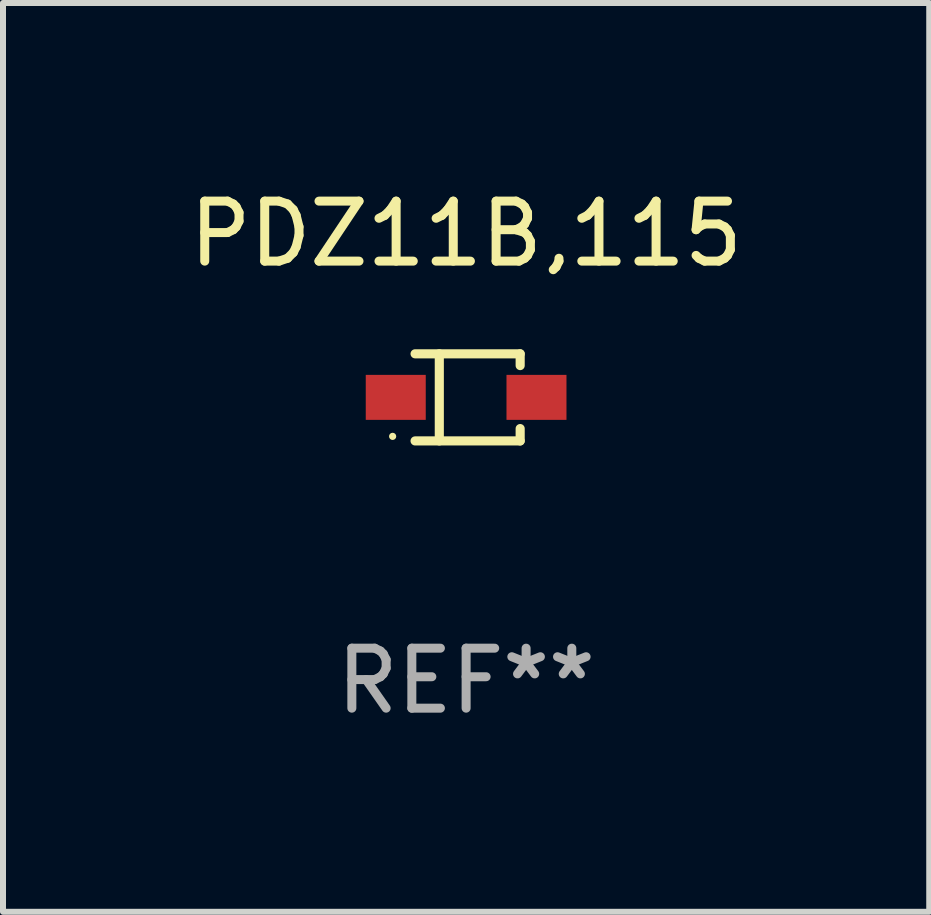
<source format=kicad_pcb>
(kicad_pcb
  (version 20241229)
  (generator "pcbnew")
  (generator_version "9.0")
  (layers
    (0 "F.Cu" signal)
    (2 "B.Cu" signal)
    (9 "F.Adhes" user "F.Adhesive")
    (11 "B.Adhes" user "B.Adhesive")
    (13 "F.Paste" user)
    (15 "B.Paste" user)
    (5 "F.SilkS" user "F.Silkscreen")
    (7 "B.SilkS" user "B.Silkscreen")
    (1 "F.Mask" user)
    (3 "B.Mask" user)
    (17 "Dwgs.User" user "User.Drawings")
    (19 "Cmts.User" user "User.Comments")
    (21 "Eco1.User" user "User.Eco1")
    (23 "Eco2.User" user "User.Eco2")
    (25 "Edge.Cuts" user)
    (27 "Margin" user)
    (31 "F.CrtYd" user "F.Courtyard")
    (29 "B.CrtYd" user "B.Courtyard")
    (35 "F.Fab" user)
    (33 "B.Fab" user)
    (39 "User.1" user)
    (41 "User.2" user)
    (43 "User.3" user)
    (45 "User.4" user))
  (footprint "PDZ11B,115"
    (layer "F.Cu")
    (at 4.72 3.574)
    (property "Reference" "PDZ11B,115" (at 0 -2.726 0) (layer "F.SilkS") (effects (font (size 1 1) (thickness 0.15))))
    (attr through_hole)
    (fp_line (start -0.851 -0.726) (end 0.901 -0.726) (stroke (width 0.152) (type solid)) (layer "F.SilkS"))
    (fp_line (start -0.851 0.726) (end 0.901 0.726) (stroke (width 0.152) (type solid)) (layer "F.SilkS"))
    (fp_line (start -0.447 -0.726) (end -0.447 0.726) (stroke (width 0.152) (type solid)) (layer "F.SilkS"))
    (fp_line (start 0.901 -0.726) (end 0.901 -0.53) (stroke (width 0.152) (type solid)) (layer "F.SilkS"))
    (fp_line (start 0.901 0.726) (end 0.901 0.52) (stroke (width 0.152) (type solid)) (layer "F.SilkS"))
    (fp_circle (center -1.225 0.65) (end -1.195 0.65) (stroke (width 0.06) (type solid)) (fill no) (layer "F.SilkS"))
    (fp_text user "REF**" (at 0 4.726 0) (layer "F.Fab") (effects (font (size 1 1) (thickness 0.15))))
    (pad "1" smd rect (at -1.173 0) (size 1 0.75) (layers "F.Cu" "F.Mask" "F.Paste"))
    (pad "2" smd rect (at 1.173 0) (size 1 0.75) (layers "F.Cu" "F.Mask" "F.Paste")))
  (gr_rect
    (start -3 -3)
    (end 12.44 12.149)
    (stroke (width 0.1) (type default))
    (fill no)
    (layer "Edge.Cuts")))
</source>
